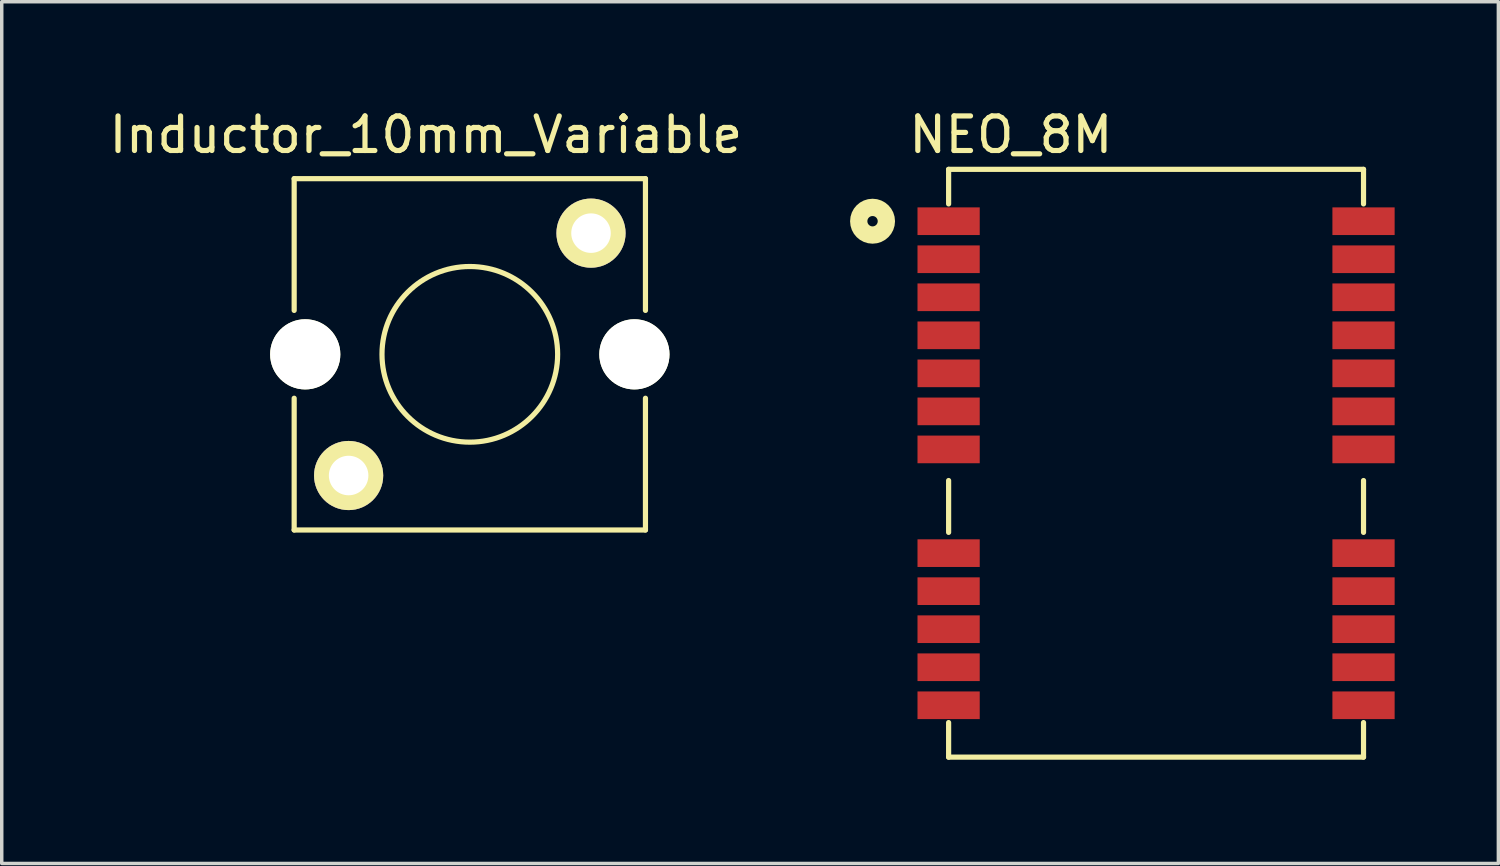
<source format=kicad_pcb>
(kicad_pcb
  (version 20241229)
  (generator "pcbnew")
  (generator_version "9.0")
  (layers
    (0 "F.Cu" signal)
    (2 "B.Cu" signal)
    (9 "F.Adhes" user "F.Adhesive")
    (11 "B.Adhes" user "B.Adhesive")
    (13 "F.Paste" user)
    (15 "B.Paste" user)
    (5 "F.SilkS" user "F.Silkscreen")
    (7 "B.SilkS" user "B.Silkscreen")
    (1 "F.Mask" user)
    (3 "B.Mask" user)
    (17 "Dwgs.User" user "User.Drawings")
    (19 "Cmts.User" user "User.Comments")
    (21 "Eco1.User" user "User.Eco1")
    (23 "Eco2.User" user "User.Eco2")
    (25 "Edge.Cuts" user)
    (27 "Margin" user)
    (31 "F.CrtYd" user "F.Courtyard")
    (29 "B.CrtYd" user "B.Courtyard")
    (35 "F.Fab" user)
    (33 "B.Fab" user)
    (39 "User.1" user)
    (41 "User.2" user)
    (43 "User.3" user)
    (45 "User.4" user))
  (footprint "Inductor_10mm_Variable"
    (layer "F.Cu")
    (at 10.538 7.198)
    (property "Reference" "Inductor_10mm_Variable" (at -1.27 -6.35 0) (layer "F.SilkS") (effects (font (size 1 1) (thickness 0.15))))
    (attr through_hole)
    (fp_line (start -5.08 -5.08) (end 5.08 -5.08) (stroke (width 0.15) (type solid)) (layer "F.SilkS"))
    (fp_line (start -5.08 -1.27) (end -5.08 -5.08) (stroke (width 0.15) (type solid)) (layer "F.SilkS"))
    (fp_line (start -5.08 5.08) (end -5.08 1.27) (stroke (width 0.15) (type solid)) (layer "F.SilkS"))
    (fp_line (start 5.08 -5.08) (end 5.08 -1.27) (stroke (width 0.15) (type solid)) (layer "F.SilkS"))
    (fp_line (start 5.08 1.27) (end 5.08 5.08) (stroke (width 0.15) (type solid)) (layer "F.SilkS"))
    (fp_line (start 5.08 5.08) (end -5.08 5.08) (stroke (width 0.15) (type solid)) (layer "F.SilkS"))
    (fp_circle (center 0 0) (end 2.54 0) (stroke (width 0.15) (type solid)) (fill no) (layer "F.SilkS"))
    (pad "" np_thru_hole circle (at -4.76 0) (size 2.03 2.03) (drill 2.03) (layers "*.Cu" "*.Mask" "F.SilkS"))
    (pad "" np_thru_hole circle (at 4.76 0) (size 2.03 2.03) (drill 2.03) (layers "*.Cu" "*.Mask" "F.SilkS"))
    (pad "1" thru_hole circle (at 3.505 -3.505) (size 2 2) (drill 1.143) (layers "*.Cu" "*.Mask" "F.SilkS"))
    (pad "3" thru_hole circle (at -3.505 3.505) (size 2 2) (drill 1.143) (layers "*.Cu" "*.Mask" "F.SilkS")))
  (footprint "NEO_8M"
    (layer "F.Cu")
    (at 30.386 3.348)
    (property "Reference" "NEO_8M" (at -4.2 -2.5 0) (layer "F.SilkS") (effects (font (size 1 1) (thickness 0.15))))
    (attr through_hole)
    (fp_line (start -6 -1.5) (end -6 -0.5) (stroke (width 0.15) (type solid)) (layer "F.SilkS"))
    (fp_line (start -6 7.5) (end -6 9) (stroke (width 0.15) (type solid)) (layer "F.SilkS"))
    (fp_line (start -6 15.5) (end -6 14.5) (stroke (width 0.15) (type solid)) (layer "F.SilkS"))
    (fp_line (start 6 -1.5) (end -6 -1.5) (stroke (width 0.15) (type solid)) (layer "F.SilkS"))
    (fp_line (start 6 -0.5) (end 6 -1.5) (stroke (width 0.15) (type solid)) (layer "F.SilkS"))
    (fp_line (start 6 9) (end 6 7.5) (stroke (width 0.15) (type solid)) (layer "F.SilkS"))
    (fp_line (start 6 14.5) (end 6 15.5) (stroke (width 0.15) (type solid)) (layer "F.SilkS"))
    (fp_line (start 6 15.5) (end -6 15.5) (stroke (width 0.15) (type solid)) (layer "F.SilkS"))
    (fp_circle (center -8.2 0) (end -7.8 0) (stroke (width 0.5) (type solid)) (fill no) (layer "F.SilkS"))
    (pad "1" smd rect (at -6 0) (size 1.8 0.8) (layers "F.Cu" "F.Mask" "F.Paste"))
    (pad "2" smd rect (at -6 1.1) (size 1.8 0.8) (layers "F.Cu" "F.Mask" "F.Paste"))
    (pad "3" smd rect (at -6 2.2) (size 1.8 0.8) (layers "F.Cu" "F.Mask" "F.Paste"))
    (pad "4" smd rect (at -6 3.3) (size 1.8 0.8) (layers "F.Cu" "F.Mask" "F.Paste"))
    (pad "5" smd rect (at -6 4.4) (size 1.8 0.8) (layers "F.Cu" "F.Mask" "F.Paste"))
    (pad "6" smd rect (at -6 5.5) (size 1.8 0.8) (layers "F.Cu" "F.Mask" "F.Paste"))
    (pad "7" smd rect (at -6 6.6) (size 1.8 0.8) (layers "F.Cu" "F.Mask" "F.Paste"))
    (pad "8" smd rect (at -6 9.6) (size 1.8 0.8) (layers "F.Cu" "F.Mask" "F.Paste"))
    (pad "9" smd rect (at -6 10.7) (size 1.8 0.8) (layers "F.Cu" "F.Mask" "F.Paste"))
    (pad "10" smd rect (at -6 11.8) (size 1.8 0.8) (layers "F.Cu" "F.Mask" "F.Paste"))
    (pad "11" smd rect (at -6 12.9) (size 1.8 0.8) (layers "F.Cu" "F.Mask" "F.Paste"))
    (pad "12" smd rect (at -6 14) (size 1.8 0.8) (layers "F.Cu" "F.Mask" "F.Paste"))
    (pad "13" smd rect (at 6 14) (size 1.8 0.8) (layers "F.Cu" "F.Mask" "F.Paste"))
    (pad "14" smd rect (at 6 12.9) (size 1.8 0.8) (layers "F.Cu" "F.Mask" "F.Paste"))
    (pad "15" smd rect (at 6 11.8) (size 1.8 0.8) (layers "F.Cu" "F.Mask" "F.Paste"))
    (pad "16" smd rect (at 6 10.7) (size 1.8 0.8) (layers "F.Cu" "F.Mask" "F.Paste"))
    (pad "17" smd rect (at 6 9.6) (size 1.8 0.8) (layers "F.Cu" "F.Mask" "F.Paste"))
    (pad "18" smd rect (at 6 6.6) (size 1.8 0.8) (layers "F.Cu" "F.Mask" "F.Paste"))
    (pad "19" smd rect (at 6 5.5) (size 1.8 0.8) (layers "F.Cu" "F.Mask" "F.Paste"))
    (pad "20" smd rect (at 6 4.4) (size 1.8 0.8) (layers "F.Cu" "F.Mask" "F.Paste"))
    (pad "21" smd rect (at 6 3.3) (size 1.8 0.8) (layers "F.Cu" "F.Mask" "F.Paste"))
    (pad "22" smd rect (at 6 2.2) (size 1.8 0.8) (layers "F.Cu" "F.Mask" "F.Paste"))
    (pad "23" smd rect (at 6 1.1) (size 1.8 0.8) (layers "F.Cu" "F.Mask" "F.Paste"))
    (pad "24" smd rect (at 6 0) (size 1.8 0.8) (layers "F.Cu" "F.Mask" "F.Paste")))
  (gr_rect
    (start -3 -3)
    (end 40.286 21.923)
    (stroke (width 0.1) (type default))
    (fill no)
    (layer "Edge.Cuts")))
</source>
